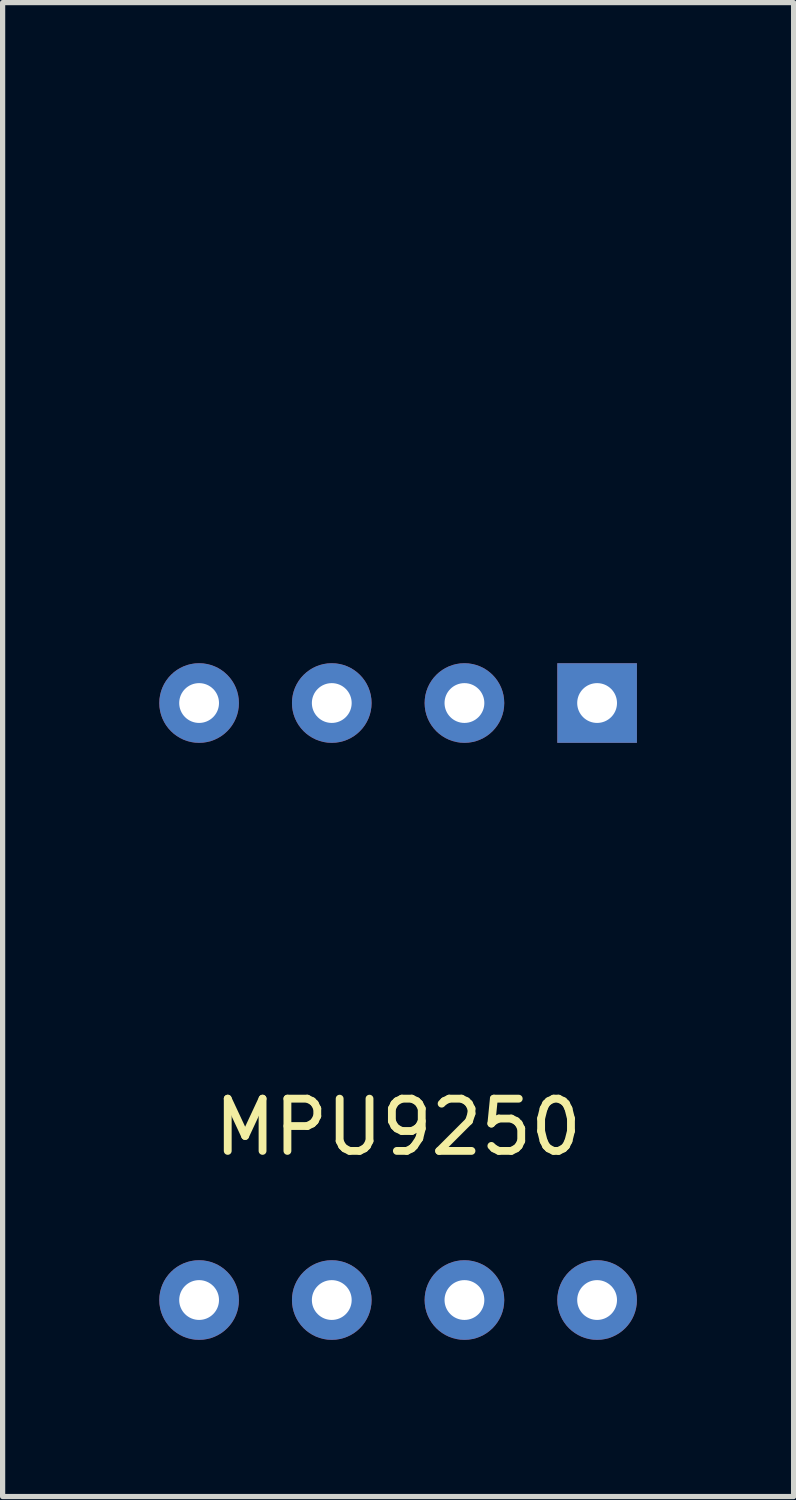
<source format=kicad_pcb>
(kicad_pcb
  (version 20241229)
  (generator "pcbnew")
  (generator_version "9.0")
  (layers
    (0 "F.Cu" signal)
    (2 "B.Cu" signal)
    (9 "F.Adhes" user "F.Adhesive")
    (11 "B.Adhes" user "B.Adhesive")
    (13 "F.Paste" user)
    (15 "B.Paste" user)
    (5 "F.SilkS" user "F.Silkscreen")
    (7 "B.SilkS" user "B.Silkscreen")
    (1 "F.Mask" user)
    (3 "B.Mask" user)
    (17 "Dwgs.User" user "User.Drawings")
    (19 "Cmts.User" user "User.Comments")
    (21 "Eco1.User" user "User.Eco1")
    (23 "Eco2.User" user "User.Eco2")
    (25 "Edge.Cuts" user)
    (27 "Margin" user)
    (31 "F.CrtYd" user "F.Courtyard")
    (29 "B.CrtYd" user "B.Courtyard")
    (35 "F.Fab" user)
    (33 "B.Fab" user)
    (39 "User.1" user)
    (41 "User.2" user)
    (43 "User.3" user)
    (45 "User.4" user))
  (footprint "MPU9250"
    (layer "F.Cu")
    (at 4.572 0.25)
    (property "Reference" "MPU9250" (at 0 18.28 0) (layer "F.SilkS") (effects (font (size 1 1) (thickness 0.15))))
    (attr through_hole)
    (pad "1" thru_hole circle (at -3.81 10.16) (size 1.524 1.524) (drill 0.762) (layers "*.Cu" "*.Mask"))
    (pad "2" thru_hole circle (at -1.27 10.16) (size 1.524 1.524) (drill 0.762) (layers "*.Cu" "*.Mask"))
    (pad "3" thru_hole circle (at 1.27 10.16) (size 1.524 1.524) (drill 0.762) (layers "*.Cu" "*.Mask"))
    (pad "4" thru_hole rect (at 3.81 10.16) (size 1.524 1.524) (drill 0.762) (layers "*.Cu" "*.Mask"))
    (pad "5" thru_hole circle (at -3.81 21.59) (size 1.524 1.524) (drill 0.762) (layers "*.Cu" "*.Mask"))
    (pad "6" thru_hole circle (at -1.27 21.59) (size 1.524 1.524) (drill 0.762) (layers "*.Cu" "*.Mask"))
    (pad "7" thru_hole circle (at 1.27 21.59) (size 1.524 1.524) (drill 0.762) (layers "*.Cu" "*.Mask"))
    (pad "8" thru_hole circle (at 3.81 21.59) (size 1.524 1.524) (drill 0.762) (layers "*.Cu" "*.Mask")))
  (gr_rect
    (start -3 -3)
    (end 12.144 25.602)
    (stroke (width 0.1) (type default))
    (fill no)
    (layer "Edge.Cuts")))
</source>
